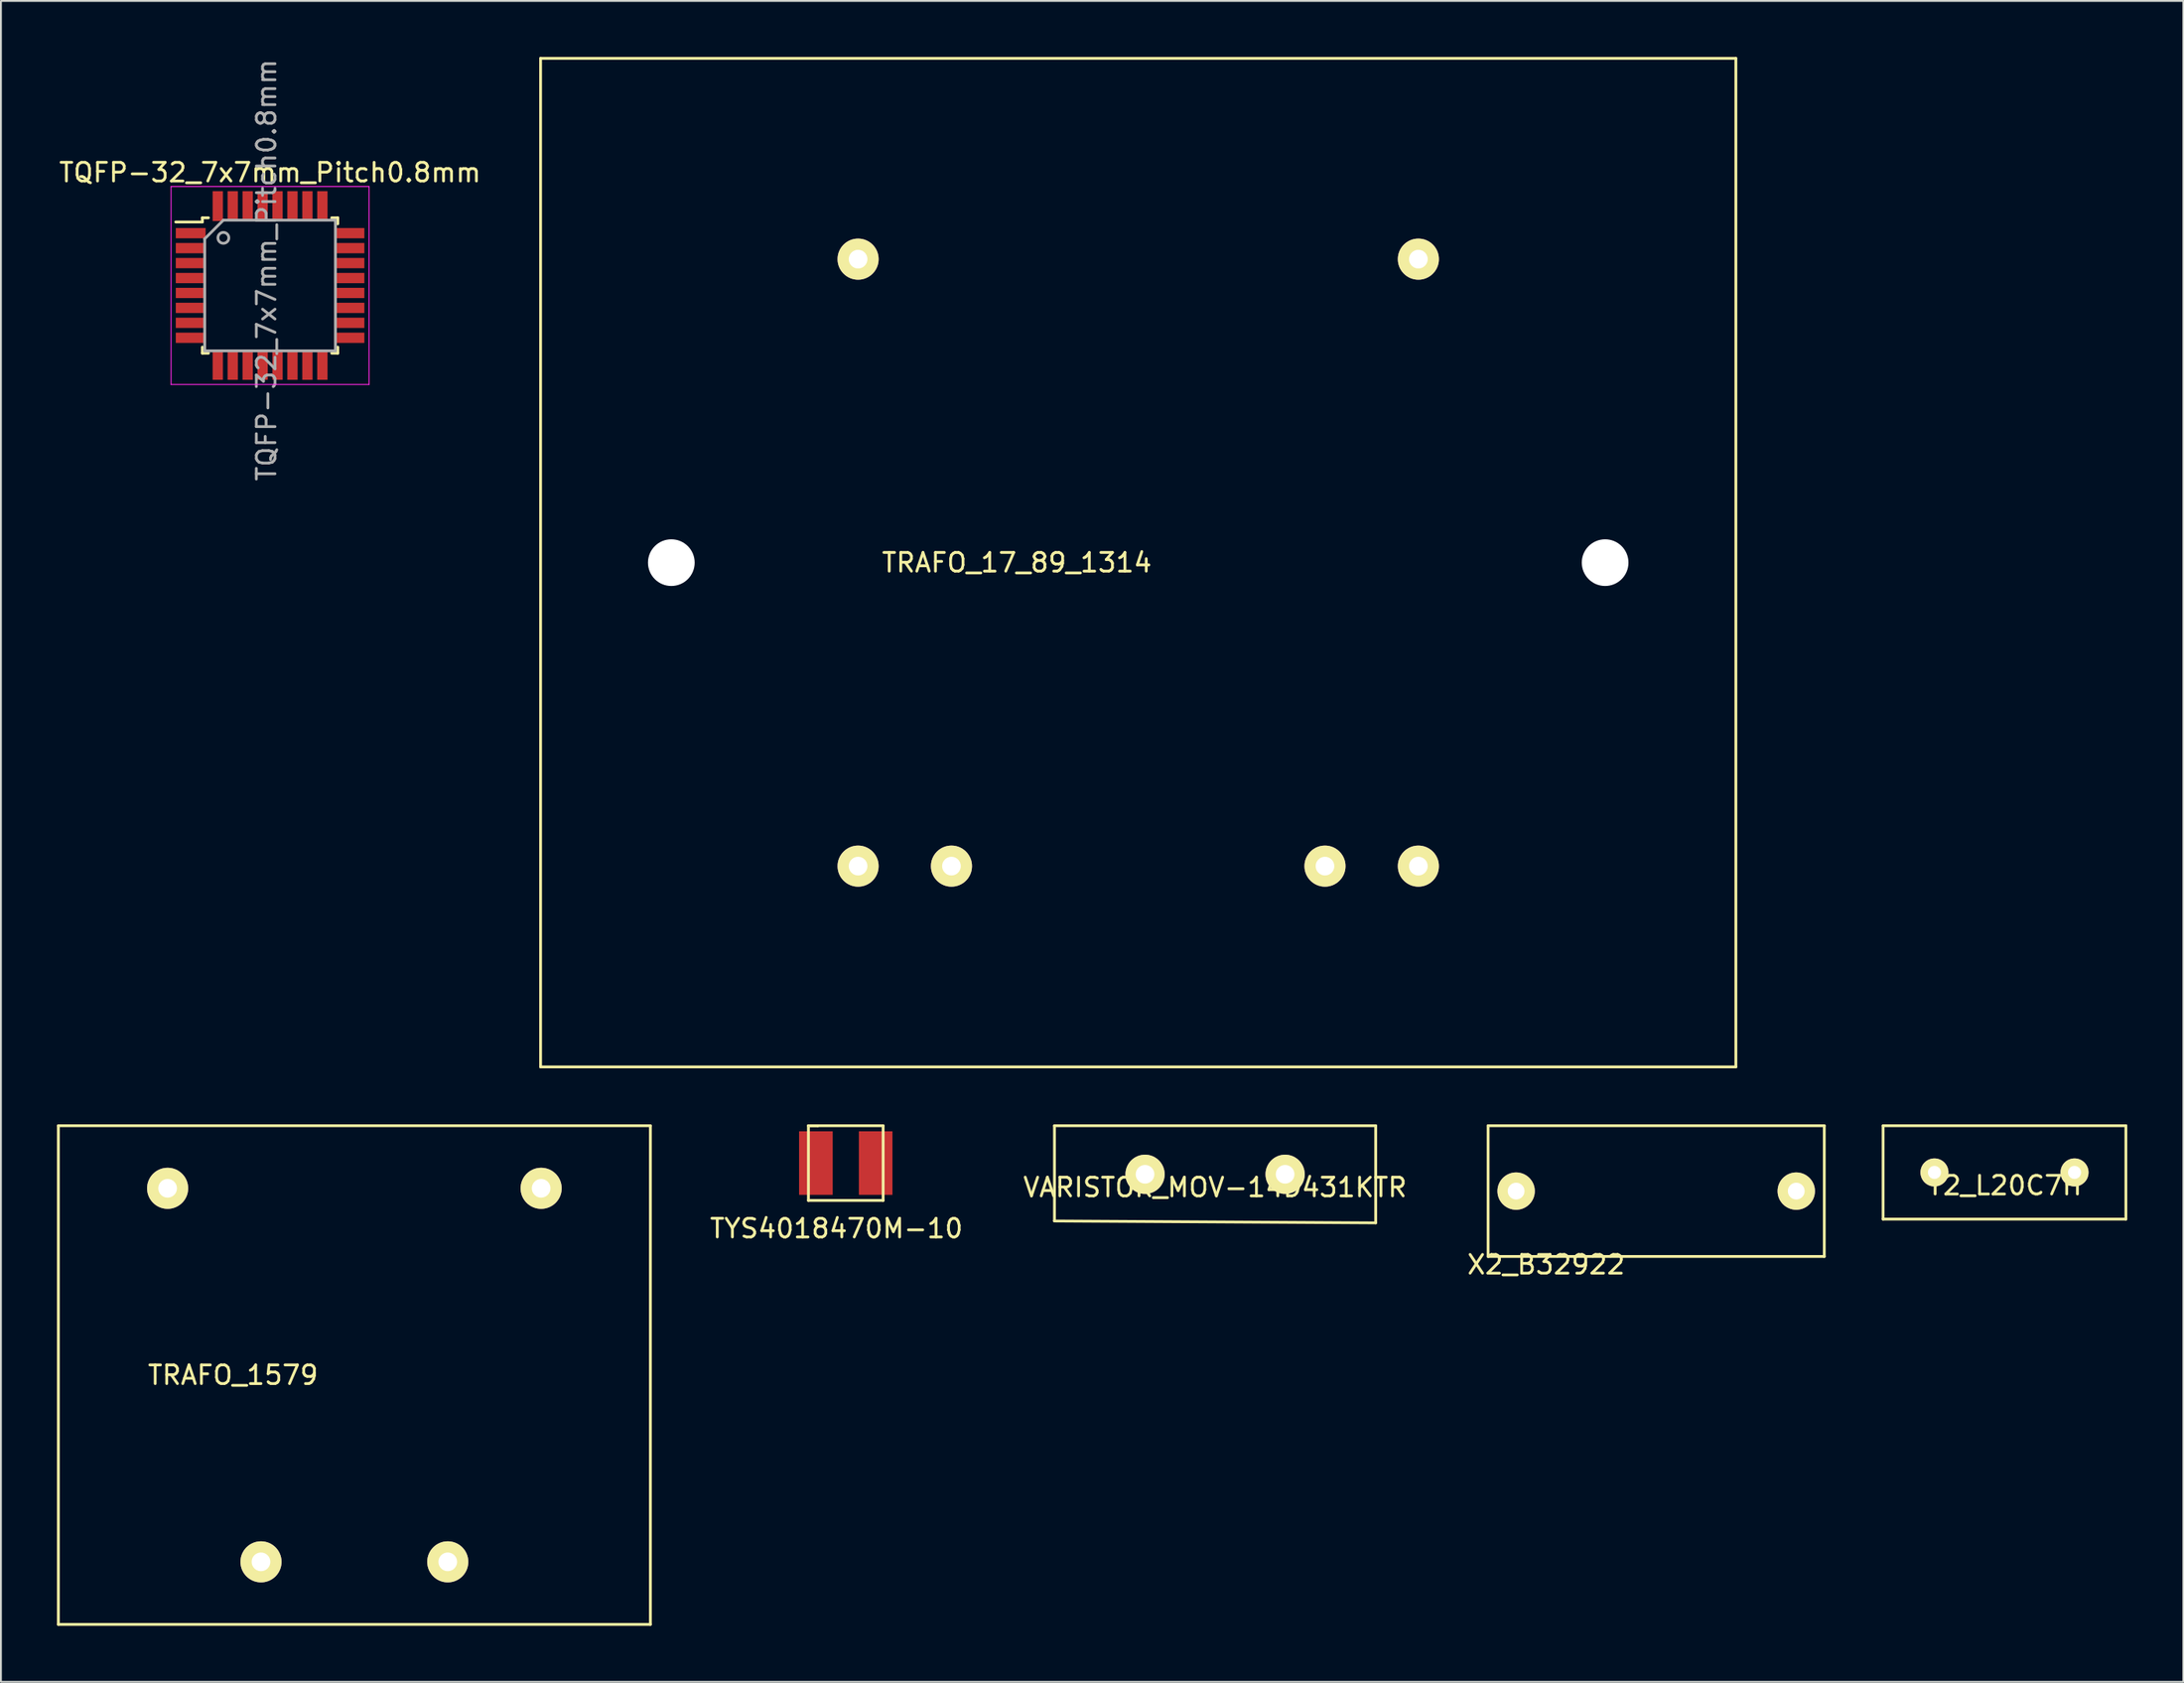
<source format=kicad_pcb>
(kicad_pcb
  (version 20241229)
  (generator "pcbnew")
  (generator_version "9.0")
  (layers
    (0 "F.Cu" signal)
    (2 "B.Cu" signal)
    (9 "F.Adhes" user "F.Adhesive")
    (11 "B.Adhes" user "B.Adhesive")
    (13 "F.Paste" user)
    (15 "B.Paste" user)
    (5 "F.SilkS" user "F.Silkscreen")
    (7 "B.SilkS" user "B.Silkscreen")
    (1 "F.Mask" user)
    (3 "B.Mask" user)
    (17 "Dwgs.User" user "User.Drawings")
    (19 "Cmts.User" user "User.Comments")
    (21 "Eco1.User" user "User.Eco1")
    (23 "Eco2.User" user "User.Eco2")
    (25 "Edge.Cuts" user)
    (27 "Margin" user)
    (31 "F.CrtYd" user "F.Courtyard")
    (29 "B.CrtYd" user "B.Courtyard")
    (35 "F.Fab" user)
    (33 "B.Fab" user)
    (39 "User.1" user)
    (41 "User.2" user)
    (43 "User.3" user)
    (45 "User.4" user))
  (footprint "TYS4018470M-10"
    (layer "F.Cu")
    (at 42.237 59.225)
    (property "Reference" "TYS4018470M-10" (at -0.5 3.5 0) (layer "F.SilkS") (effects (font (size 1 1) (thickness 0.15))))
    (attr through_hole)
    (fp_line (start -2 -2) (end -2 2) (stroke (width 0.15) (type solid)) (layer "F.SilkS"))
    (fp_line (start -2 2) (end 2 2) (stroke (width 0.15) (type solid)) (layer "F.SilkS"))
    (fp_line (start -1.5 -2) (end -2 -2) (stroke (width 0.15) (type solid)) (layer "F.SilkS"))
    (fp_line (start -1.5 -2) (end -2 -2) (stroke (width 0.15) (type solid)) (layer "F.SilkS"))
    (fp_line (start 2 -2) (end -1.5 -2) (stroke (width 0.15) (type solid)) (layer "F.SilkS"))
    (fp_line (start 2 -2) (end 2 2) (stroke (width 0.15) (type solid)) (layer "F.SilkS"))
    (pad "1" smd rect (at -1.6 0) (size 1.8 3.4) (layers "F.Cu" "F.Mask" "F.Paste"))
    (pad "2" smd rect (at 1.6 0) (size 1.8 3.4) (layers "F.Cu" "F.Mask" "F.Paste")))
  (footprint "X2_B32922"
    (layer "F.Cu")
    (at 85.63 60.725)
    (property "Reference" "X2_B32922" (at -5.893 3.937 0) (layer "F.SilkS") (effects (font (size 1 1) (thickness 0.15))))
    (attr through_hole)
    (fp_line (start -9 -3.5) (end -9 3.5) (stroke (width 0.15) (type solid)) (layer "F.SilkS"))
    (fp_line (start -9 3.5) (end 9 3.5) (stroke (width 0.15) (type solid)) (layer "F.SilkS"))
    (fp_line (start 9 -3.5) (end -9 -3.5) (stroke (width 0.15) (type solid)) (layer "F.SilkS"))
    (fp_line (start 9 3.5) (end 9 -3.5) (stroke (width 0.15) (type solid)) (layer "F.SilkS"))
    (pad "1" thru_hole circle (at -7.5 0) (size 2 2) (drill 0.9) (layers "*.Cu" "*.Mask" "F.SilkS"))
    (pad "2" thru_hole circle (at 7.5 0) (size 2 2) (drill 0.9) (layers "*.Cu" "*.Mask" "F.SilkS")))
  (footprint "TRAFO_1579"
    (layer "F.Cu")
    (at 15.925 70.575)
    (property "Reference" "TRAFO_1579" (at -6.5 0 0) (layer "F.SilkS") (effects (font (size 1 1) (thickness 0.15))))
    (attr through_hole)
    (fp_line (start -15.85 -13.35) (end 15.85 -13.35) (stroke (width 0.15) (type solid)) (layer "F.SilkS"))
    (fp_line (start -15.85 13.35) (end -15.85 -13.35) (stroke (width 0.15) (type solid)) (layer "F.SilkS"))
    (fp_line (start -15.85 13.35) (end 15.85 13.35) (stroke (width 0.15) (type solid)) (layer "F.SilkS"))
    (fp_line (start 15.85 -13.35) (end 15.85 13.35) (stroke (width 0.15) (type solid)) (layer "F.SilkS"))
    (pad "1" thru_hole circle (at -10 -10) (size 2.2 2.2) (drill 1) (layers "*.Cu" "*.Mask" "F.SilkS"))
    (pad "2" thru_hole circle (at 10 -10) (size 2.2 2.2) (drill 1) (layers "*.Cu" "*.Mask" "F.SilkS"))
    (pad "3" thru_hole circle (at -5 10) (size 2.2 2.2) (drill 1) (layers "*.Cu" "*.Mask" "F.SilkS"))
    (pad "4" thru_hole circle (at 5 10) (size 2.2 2.2) (drill 1) (layers "*.Cu" "*.Mask" "F.SilkS")))
  (footprint "TRAFO_17_89_1314"
    (layer "F.Cu")
    (at 57.896 27.075)
    (property "Reference" "TRAFO_17_89_1314" (at -6.5 0 0) (layer "F.SilkS") (effects (font (size 1 1) (thickness 0.15))))
    (attr through_hole)
    (fp_line (start -32 -27) (end -32 27) (stroke (width 0.15) (type solid)) (layer "F.SilkS"))
    (fp_line (start -32 27) (end 32 27) (stroke (width 0.15) (type solid)) (layer "F.SilkS"))
    (fp_line (start 32 -27) (end -32 -27) (stroke (width 0.15) (type solid)) (layer "F.SilkS"))
    (fp_line (start 32 27) (end 32 -27) (stroke (width 0.15) (type solid)) (layer "F.SilkS"))
    (pad "" np_thru_hole circle (at -25 0) (size 2.5 2.5) (drill 2.5) (layers "*.Cu" "*.Mask"))
    (pad "" np_thru_hole circle (at 25 0) (size 2.5 2.5) (drill 2.5) (layers "*.Cu" "*.Mask"))
    (pad "1" thru_hole circle (at -15 -16.25) (size 2.2 2.2) (drill 1) (layers "*.Cu" "*.Mask" "F.SilkS"))
    (pad "7" thru_hole circle (at 15 -16.25) (size 2.2 2.2) (drill 1) (layers "*.Cu" "*.Mask" "F.SilkS"))
    (pad "8" thru_hole circle (at 15 16.25) (size 2.2 2.2) (drill 1) (layers "*.Cu" "*.Mask" "F.SilkS"))
    (pad "9" thru_hole circle (at 10 16.25) (size 2.2 2.2) (drill 1) (layers "*.Cu" "*.Mask" "F.SilkS"))
    (pad "13" thru_hole circle (at -10 16.25) (size 2.2 2.2) (drill 1) (layers "*.Cu" "*.Mask" "F.SilkS"))
    (pad "14" thru_hole circle (at -15 16.25) (size 2.2 2.2) (drill 1) (layers "*.Cu" "*.Mask" "F.SilkS")))
  (footprint "TQFP-32_7x7mm_Pitch0.8mm"
    (layer "F.Cu")
    (at 11.411 12.236)
    (property "Reference" "TQFP-32_7x7mm_Pitch0.8mm" (at 0 -6.05 0) (layer "F.SilkS") (effects (font (size 1 1) (thickness 0.15))))
    (attr smd)
    (fp_line (start -3.625 -3.625) (end -3.625 -3.4) (stroke (width 0.15) (type solid)) (layer "F.SilkS"))
    (fp_line (start -3.625 -3.625) (end -3.3 -3.625) (stroke (width 0.15) (type solid)) (layer "F.SilkS"))
    (fp_line (start -3.625 -3.4) (end -5.05 -3.4) (stroke (width 0.15) (type solid)) (layer "F.SilkS"))
    (fp_line (start -3.625 3.625) (end -3.625 3.3) (stroke (width 0.15) (type solid)) (layer "F.SilkS"))
    (fp_line (start -3.625 3.625) (end -3.3 3.625) (stroke (width 0.15) (type solid)) (layer "F.SilkS"))
    (fp_line (start 3.625 -3.625) (end 3.3 -3.625) (stroke (width 0.15) (type solid)) (layer "F.SilkS"))
    (fp_line (start 3.625 -3.625) (end 3.625 -3.3) (stroke (width 0.15) (type solid)) (layer "F.SilkS"))
    (fp_line (start 3.625 3.625) (end 3.3 3.625) (stroke (width 0.15) (type solid)) (layer "F.SilkS"))
    (fp_line (start 3.625 3.625) (end 3.625 3.3) (stroke (width 0.15) (type solid)) (layer "F.SilkS"))
    (fp_line (start -5.3 -5.3) (end -5.3 5.3) (stroke (width 0.05) (type solid)) (layer "F.CrtYd"))
    (fp_line (start -5.3 -5.3) (end 5.3 -5.3) (stroke (width 0.05) (type solid)) (layer "F.CrtYd"))
    (fp_line (start -5.3 5.3) (end 5.3 5.3) (stroke (width 0.05) (type solid)) (layer "F.CrtYd"))
    (fp_line (start 5.3 -5.3) (end 5.3 5.3) (stroke (width 0.05) (type solid)) (layer "F.CrtYd"))
    (fp_line (start -3.5 -2.5) (end -2.5 -3.5) (stroke (width 0.15) (type solid)) (layer "F.Fab"))
    (fp_line (start -3.5 3.5) (end -3.5 -2.5) (stroke (width 0.15) (type solid)) (layer "F.Fab"))
    (fp_line (start -2.5 -3.5) (end 3.5 -3.5) (stroke (width 0.15) (type solid)) (layer "F.Fab"))
    (fp_line (start 3.5 -3.5) (end 3.5 3.5) (stroke (width 0.15) (type solid)) (layer "F.Fab"))
    (fp_line (start 3.5 3.5) (end -3.5 3.5) (stroke (width 0.15) (type solid)) (layer "F.Fab"))
    (fp_circle (center -2.5 -2.55) (end -2.25 -2.4) (stroke (width 0.15) (type solid)) (fill no) (layer "F.Fab"))
    (fp_text user "${REFERENCE}" (at -0.191 -0.826 270) (layer "F.Fab") (effects (font (size 1 1) (thickness 0.15))))
    (pad "1" smd rect (at -4.25 -2.8) (size 1.6 0.55) (layers "F.Cu" "F.Mask" "F.Paste"))
    (pad "2" smd rect (at -4.25 -2) (size 1.6 0.55) (layers "F.Cu" "F.Mask" "F.Paste"))
    (pad "3" smd rect (at -4.25 -1.2) (size 1.6 0.55) (layers "F.Cu" "F.Mask" "F.Paste"))
    (pad "4" smd rect (at -4.25 -0.4) (size 1.6 0.55) (layers "F.Cu" "F.Mask" "F.Paste"))
    (pad "5" smd rect (at -4.25 0.4) (size 1.6 0.55) (layers "F.Cu" "F.Mask" "F.Paste"))
    (pad "6" smd rect (at -4.25 1.2) (size 1.6 0.55) (layers "F.Cu" "F.Mask" "F.Paste"))
    (pad "7" smd rect (at -4.25 2) (size 1.6 0.55) (layers "F.Cu" "F.Mask" "F.Paste"))
    (pad "8" smd rect (at -4.25 2.8) (size 1.6 0.55) (layers "F.Cu" "F.Mask" "F.Paste"))
    (pad "9" smd rect (at -2.8 4.25 90) (size 1.6 0.55) (layers "F.Cu" "F.Mask" "F.Paste"))
    (pad "10" smd rect (at -2 4.25 90) (size 1.6 0.55) (layers "F.Cu" "F.Mask" "F.Paste"))
    (pad "11" smd rect (at -1.2 4.25 90) (size 1.6 0.55) (layers "F.Cu" "F.Mask" "F.Paste"))
    (pad "12" smd rect (at -0.4 4.25 90) (size 1.6 0.55) (layers "F.Cu" "F.Mask" "F.Paste"))
    (pad "13" smd rect (at 0.4 4.25 90) (size 1.6 0.55) (layers "F.Cu" "F.Mask" "F.Paste"))
    (pad "14" smd rect (at 1.2 4.25 90) (size 1.6 0.55) (layers "F.Cu" "F.Mask" "F.Paste"))
    (pad "15" smd rect (at 2 4.25 90) (size 1.6 0.55) (layers "F.Cu" "F.Mask" "F.Paste"))
    (pad "16" smd rect (at 2.8 4.25 90) (size 1.6 0.55) (layers "F.Cu" "F.Mask" "F.Paste"))
    (pad "17" smd rect (at 4.25 2.8) (size 1.6 0.55) (layers "F.Cu" "F.Mask" "F.Paste"))
    (pad "18" smd rect (at 4.25 2) (size 1.6 0.55) (layers "F.Cu" "F.Mask" "F.Paste"))
    (pad "19" smd rect (at 4.25 1.2) (size 1.6 0.55) (layers "F.Cu" "F.Mask" "F.Paste"))
    (pad "20" smd rect (at 4.25 0.4) (size 1.6 0.55) (layers "F.Cu" "F.Mask" "F.Paste"))
    (pad "21" smd rect (at 4.25 -0.4) (size 1.6 0.55) (layers "F.Cu" "F.Mask" "F.Paste"))
    (pad "22" smd rect (at 4.25 -1.2) (size 1.6 0.55) (layers "F.Cu" "F.Mask" "F.Paste"))
    (pad "23" smd rect (at 4.25 -2) (size 1.6 0.55) (layers "F.Cu" "F.Mask" "F.Paste"))
    (pad "24" smd rect (at 4.25 -2.8) (size 1.6 0.55) (layers "F.Cu" "F.Mask" "F.Paste"))
    (pad "25" smd rect (at 2.8 -4.25 90) (size 1.6 0.55) (layers "F.Cu" "F.Mask" "F.Paste"))
    (pad "26" smd rect (at 2 -4.25 90) (size 1.6 0.55) (layers "F.Cu" "F.Mask" "F.Paste"))
    (pad "27" smd rect (at 1.2 -4.25 90) (size 1.6 0.55) (layers "F.Cu" "F.Mask" "F.Paste"))
    (pad "28" smd rect (at 0.4 -4.25 90) (size 1.6 0.55) (layers "F.Cu" "F.Mask" "F.Paste"))
    (pad "29" smd rect (at -0.4 -4.25 90) (size 1.6 0.55) (layers "F.Cu" "F.Mask" "F.Paste"))
    (pad "30" smd rect (at -1.2 -4.25 90) (size 1.6 0.55) (layers "F.Cu" "F.Mask" "F.Paste"))
    (pad "31" smd rect (at -2 -4.25 90) (size 1.6 0.55) (layers "F.Cu" "F.Mask" "F.Paste"))
    (pad "32" smd rect (at -2.8 -4.25 90) (size 1.6 0.55) (layers "F.Cu" "F.Mask" "F.Paste")))
  (footprint "VARISTOR_MOV-14D431KTR"
    (layer "F.Cu")
    (at 62.011 59.825)
    (property "Reference" "VARISTOR_MOV-14D431KTR" (at 0 0.7 0) (layer "F.SilkS") (effects (font (size 1 1) (thickness 0.15))))
    (attr through_hole)
    (fp_line (start -8.6 -2.6) (end -8.6 2.5) (stroke (width 0.15) (type solid)) (layer "F.SilkS"))
    (fp_line (start -8.6 2.5) (end 8.6 2.6) (stroke (width 0.15) (type solid)) (layer "F.SilkS"))
    (fp_line (start 8.6 -2.6) (end -8.6 -2.6) (stroke (width 0.15) (type solid)) (layer "F.SilkS"))
    (fp_line (start 8.6 2.6) (end 8.6 -2.6) (stroke (width 0.15) (type solid)) (layer "F.SilkS"))
    (pad "1" thru_hole circle (at -3.75 0) (size 2.1 2.1) (drill 1) (layers "*.Cu" "*.Mask" "F.SilkS"))
    (pad "2" thru_hole circle (at 3.75 0) (size 2.1 2.1) (drill 1) (layers "*.Cu" "*.Mask" "F.SilkS")))
  (footprint "Y2_L20C7H"
    (layer "F.Cu")
    (at 104.28 59.725)
    (property "Reference" "Y2_L20C7H" (at 0 0.7 0) (layer "F.SilkS") (effects (font (size 1 1) (thickness 0.15))))
    (attr through_hole)
    (fp_line (start -6.5 -2.5) (end -6.5 2.5) (stroke (width 0.15) (type solid)) (layer "F.SilkS"))
    (fp_line (start -6.5 2.5) (end 6.5 2.5) (stroke (width 0.15) (type solid)) (layer "F.SilkS"))
    (fp_line (start 6.5 -2.5) (end -6.5 -2.5) (stroke (width 0.15) (type solid)) (layer "F.SilkS"))
    (fp_line (start 6.5 2.5) (end 6.5 -2.5) (stroke (width 0.15) (type solid)) (layer "F.SilkS"))
    (pad "1" thru_hole circle (at -3.75 0) (size 1.5 1.5) (drill 0.7) (layers "*.Cu" "*.Mask" "F.SilkS"))
    (pad "2" thru_hole circle (at 3.75 0) (size 1.5 1.5) (drill 0.7) (layers "*.Cu" "*.Mask" "F.SilkS")))
  (gr_rect
    (start -3 -3)
    (end 113.855 87)
    (stroke (width 0.1) (type default))
    (fill no)
    (layer "Edge.Cuts")))
</source>
